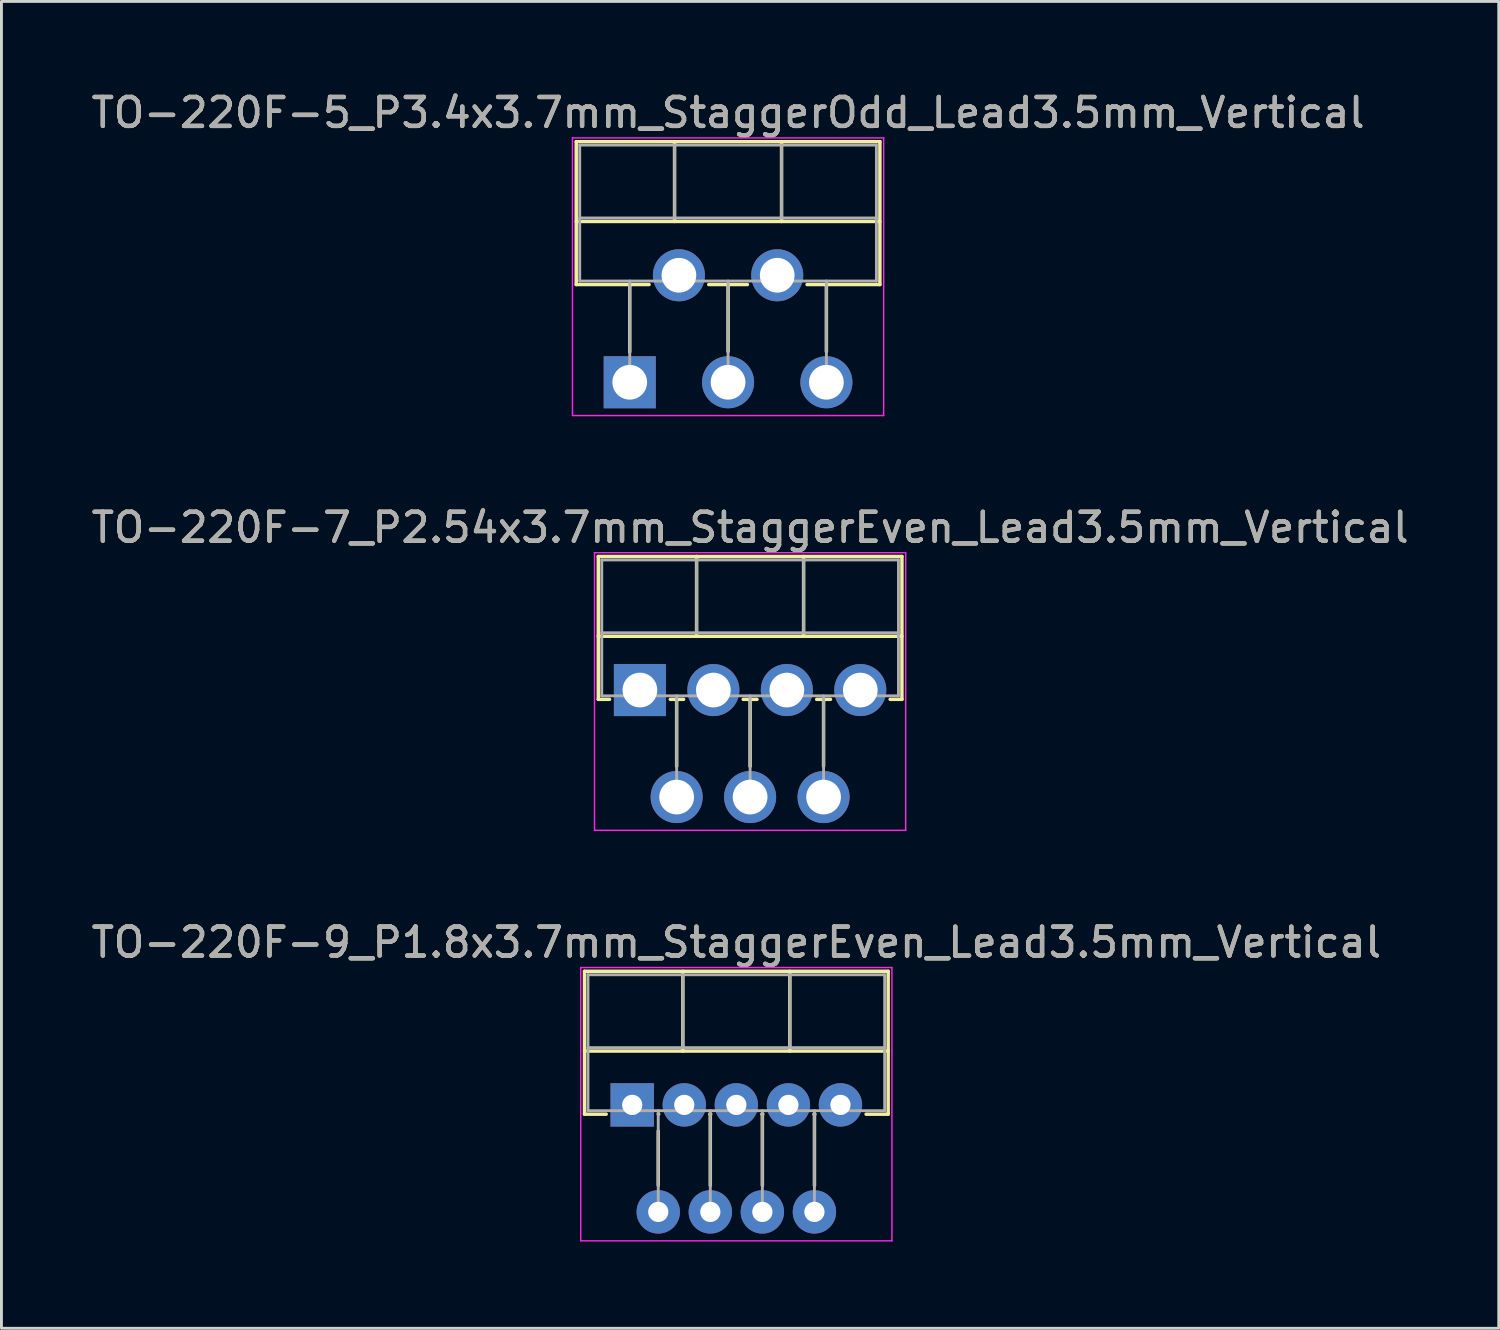
<source format=kicad_pcb>
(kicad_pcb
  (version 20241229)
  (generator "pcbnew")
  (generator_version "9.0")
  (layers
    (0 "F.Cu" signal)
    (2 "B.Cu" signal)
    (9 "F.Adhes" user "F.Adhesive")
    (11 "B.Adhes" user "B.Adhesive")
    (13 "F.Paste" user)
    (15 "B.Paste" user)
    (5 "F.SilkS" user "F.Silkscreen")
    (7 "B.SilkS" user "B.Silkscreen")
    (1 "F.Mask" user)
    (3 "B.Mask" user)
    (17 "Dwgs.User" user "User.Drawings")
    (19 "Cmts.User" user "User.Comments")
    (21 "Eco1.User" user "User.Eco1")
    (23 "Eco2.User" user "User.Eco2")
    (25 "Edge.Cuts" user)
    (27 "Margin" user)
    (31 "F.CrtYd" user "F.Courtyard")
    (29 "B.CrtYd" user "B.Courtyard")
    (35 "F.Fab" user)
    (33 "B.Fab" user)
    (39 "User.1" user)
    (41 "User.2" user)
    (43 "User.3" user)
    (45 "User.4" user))
  (footprint "TO-220F-7_P2.54x3.7mm_StaggerEven_Lead3.5mm_Vertical"
    (layer "F.Cu")
    (at 19.077 20.811)
    (property "Reference" "TO-220F-7_P2.54x3.7mm_StaggerEven_Lead3.5mm_Vertical" (at 3.81 -5.62 0) (layer "F.SilkS") (effects (font (size 1 1) (thickness 0.15))))
    (attr through_hole)
    (fp_line (start -1.44 -4.62) (end -1.44 0.321) (stroke (width 0.12) (type solid)) (layer "F.SilkS"))
    (fp_line (start -1.44 -4.62) (end 9.06 -4.62) (stroke (width 0.12) (type solid)) (layer "F.SilkS"))
    (fp_line (start -1.44 -1.861) (end 9.06 -1.861) (stroke (width 0.12) (type solid)) (layer "F.SilkS"))
    (fp_line (start -1.44 0.321) (end -1.05 0.321) (stroke (width 0.12) (type solid)) (layer "F.SilkS"))
    (fp_line (start 1.05 0.321) (end 1.509 0.321) (stroke (width 0.12) (type solid)) (layer "F.SilkS"))
    (fp_line (start 1.27 0.321) (end 1.27 2.635) (stroke (width 0.12) (type solid)) (layer "F.SilkS"))
    (fp_line (start 1.96 -4.62) (end 1.96 -1.861) (stroke (width 0.12) (type solid)) (layer "F.SilkS"))
    (fp_line (start 3.572 0.321) (end 4.049 0.321) (stroke (width 0.12) (type solid)) (layer "F.SilkS"))
    (fp_line (start 3.81 0.321) (end 3.81 2.635) (stroke (width 0.12) (type solid)) (layer "F.SilkS"))
    (fp_line (start 5.66 -4.62) (end 5.66 -1.861) (stroke (width 0.12) (type solid)) (layer "F.SilkS"))
    (fp_line (start 6.112 0.321) (end 6.589 0.321) (stroke (width 0.12) (type solid)) (layer "F.SilkS"))
    (fp_line (start 6.35 0.321) (end 6.35 2.635) (stroke (width 0.12) (type solid)) (layer "F.SilkS"))
    (fp_line (start 8.652 0.321) (end 9.06 0.321) (stroke (width 0.12) (type solid)) (layer "F.SilkS"))
    (fp_line (start 9.06 -4.62) (end 9.06 0.321) (stroke (width 0.12) (type solid)) (layer "F.SilkS"))
    (fp_line (start -1.57 -4.75) (end -1.57 4.85) (stroke (width 0.05) (type solid)) (layer "F.CrtYd"))
    (fp_line (start -1.57 4.85) (end 9.19 4.85) (stroke (width 0.05) (type solid)) (layer "F.CrtYd"))
    (fp_line (start 9.19 -4.75) (end -1.57 -4.75) (stroke (width 0.05) (type solid)) (layer "F.CrtYd"))
    (fp_line (start 9.19 4.85) (end 9.19 -4.75) (stroke (width 0.05) (type solid)) (layer "F.CrtYd"))
    (fp_line (start -1.32 -4.5) (end -1.32 0.2) (stroke (width 0.1) (type solid)) (layer "F.Fab"))
    (fp_line (start -1.32 -1.98) (end 8.94 -1.98) (stroke (width 0.1) (type solid)) (layer "F.Fab"))
    (fp_line (start -1.32 0.2) (end 8.94 0.2) (stroke (width 0.1) (type solid)) (layer "F.Fab"))
    (fp_line (start 1.27 0.2) (end 1.27 3.7) (stroke (width 0.1) (type solid)) (layer "F.Fab"))
    (fp_line (start 1.96 -4.5) (end 1.96 -1.98) (stroke (width 0.1) (type solid)) (layer "F.Fab"))
    (fp_line (start 3.81 0.2) (end 3.81 3.7) (stroke (width 0.1) (type solid)) (layer "F.Fab"))
    (fp_line (start 5.66 -4.5) (end 5.66 -1.98) (stroke (width 0.1) (type solid)) (layer "F.Fab"))
    (fp_line (start 6.35 0.2) (end 6.35 3.7) (stroke (width 0.1) (type solid)) (layer "F.Fab"))
    (fp_line (start 8.94 -4.5) (end -1.32 -4.5) (stroke (width 0.1) (type solid)) (layer "F.Fab"))
    (fp_line (start 8.94 0.2) (end 8.94 -4.5) (stroke (width 0.1) (type solid)) (layer "F.Fab"))
    (fp_text user "${REFERENCE}" (at 3.81 -5.62 0) (layer "F.Fab") (effects (font (size 1 1) (thickness 0.15))))
    (pad "1" thru_hole rect (at 0 0) (size 1.8 1.8) (drill 1.2) (layers "*.Cu" "*.Mask"))
    (pad "2" thru_hole oval (at 1.27 3.7) (size 1.8 1.8) (drill 1.2) (layers "*.Cu" "*.Mask"))
    (pad "3" thru_hole oval (at 2.54 0) (size 1.8 1.8) (drill 1.2) (layers "*.Cu" "*.Mask"))
    (pad "4" thru_hole oval (at 3.81 3.7) (size 1.8 1.8) (drill 1.2) (layers "*.Cu" "*.Mask"))
    (pad "5" thru_hole oval (at 5.08 0) (size 1.8 1.8) (drill 1.2) (layers "*.Cu" "*.Mask"))
    (pad "6" thru_hole oval (at 6.35 3.7) (size 1.8 1.8) (drill 1.2) (layers "*.Cu" "*.Mask"))
    (pad "7" thru_hole oval (at 7.62 0) (size 1.8 1.8) (drill 1.2) (layers "*.Cu" "*.Mask")))
  (footprint "TO-220F-9_P1.8x3.7mm_StaggerEven_Lead3.5mm_Vertical"
    (layer "F.Cu")
    (at 18.811 35.155)
    (property "Reference" "TO-220F-9_P1.8x3.7mm_StaggerEven_Lead3.5mm_Vertical" (at 3.6 -5.62 0) (layer "F.SilkS") (effects (font (size 1 1) (thickness 0.15))))
    (attr through_hole)
    (fp_line (start -1.65 -4.62) (end -1.65 0.321) (stroke (width 0.12) (type solid)) (layer "F.SilkS"))
    (fp_line (start -1.65 -4.62) (end 8.85 -4.62) (stroke (width 0.12) (type solid)) (layer "F.SilkS"))
    (fp_line (start -1.65 -1.861) (end 8.85 -1.861) (stroke (width 0.12) (type solid)) (layer "F.SilkS"))
    (fp_line (start -1.65 0.321) (end -0.9 0.321) (stroke (width 0.12) (type solid)) (layer "F.SilkS"))
    (fp_line (start 0.9 0.321) (end 0.914 0.321) (stroke (width 0.12) (type solid)) (layer "F.SilkS"))
    (fp_line (start 0.9 0.9) (end 0.9 2.785) (stroke (width 0.12) (type solid)) (layer "F.SilkS"))
    (fp_line (start 1.75 -4.62) (end 1.75 -1.861) (stroke (width 0.12) (type solid)) (layer "F.SilkS"))
    (fp_line (start 2.687 0.321) (end 2.714 0.321) (stroke (width 0.12) (type solid)) (layer "F.SilkS"))
    (fp_line (start 2.7 0.321) (end 2.7 2.785) (stroke (width 0.12) (type solid)) (layer "F.SilkS"))
    (fp_line (start 4.487 0.321) (end 4.514 0.321) (stroke (width 0.12) (type solid)) (layer "F.SilkS"))
    (fp_line (start 4.5 0.321) (end 4.5 2.785) (stroke (width 0.12) (type solid)) (layer "F.SilkS"))
    (fp_line (start 5.45 -4.62) (end 5.45 -1.861) (stroke (width 0.12) (type solid)) (layer "F.SilkS"))
    (fp_line (start 6.287 0.321) (end 6.314 0.321) (stroke (width 0.12) (type solid)) (layer "F.SilkS"))
    (fp_line (start 6.301 0.321) (end 6.301 2.785) (stroke (width 0.12) (type solid)) (layer "F.SilkS"))
    (fp_line (start 8.087 0.321) (end 8.85 0.321) (stroke (width 0.12) (type solid)) (layer "F.SilkS"))
    (fp_line (start 8.85 -4.62) (end 8.85 0.321) (stroke (width 0.12) (type solid)) (layer "F.SilkS"))
    (fp_line (start -1.78 -4.75) (end -1.78 4.7) (stroke (width 0.05) (type solid)) (layer "F.CrtYd"))
    (fp_line (start -1.78 4.7) (end 8.98 4.7) (stroke (width 0.05) (type solid)) (layer "F.CrtYd"))
    (fp_line (start 8.98 -4.75) (end -1.78 -4.75) (stroke (width 0.05) (type solid)) (layer "F.CrtYd"))
    (fp_line (start 8.98 4.7) (end 8.98 -4.75) (stroke (width 0.05) (type solid)) (layer "F.CrtYd"))
    (fp_line (start -1.53 -4.5) (end -1.53 0.2) (stroke (width 0.1) (type solid)) (layer "F.Fab"))
    (fp_line (start -1.53 -1.98) (end 8.73 -1.98) (stroke (width 0.1) (type solid)) (layer "F.Fab"))
    (fp_line (start -1.53 0.2) (end 8.73 0.2) (stroke (width 0.1) (type solid)) (layer "F.Fab"))
    (fp_line (start 0.9 0.2) (end 0.9 3.7) (stroke (width 0.1) (type solid)) (layer "F.Fab"))
    (fp_line (start 1.75 -4.5) (end 1.75 -1.98) (stroke (width 0.1) (type solid)) (layer "F.Fab"))
    (fp_line (start 2.7 0.2) (end 2.7 3.7) (stroke (width 0.1) (type solid)) (layer "F.Fab"))
    (fp_line (start 4.5 0.2) (end 4.5 3.7) (stroke (width 0.1) (type solid)) (layer "F.Fab"))
    (fp_line (start 5.45 -4.5) (end 5.45 -1.98) (stroke (width 0.1) (type solid)) (layer "F.Fab"))
    (fp_line (start 6.3 0.2) (end 6.3 3.7) (stroke (width 0.1) (type solid)) (layer "F.Fab"))
    (fp_line (start 8.73 -4.5) (end -1.53 -4.5) (stroke (width 0.1) (type solid)) (layer "F.Fab"))
    (fp_line (start 8.73 0.2) (end 8.73 -4.5) (stroke (width 0.1) (type solid)) (layer "F.Fab"))
    (fp_text user "${REFERENCE}" (at 3.6 -5.62 0) (layer "F.Fab") (effects (font (size 1 1) (thickness 0.15))))
    (pad "1" thru_hole rect (at 0 0) (size 1.5 1.5) (drill 0.7) (layers "*.Cu" "*.Mask"))
    (pad "2" thru_hole oval (at 0.9 3.7) (size 1.5 1.5) (drill 0.7) (layers "*.Cu" "*.Mask"))
    (pad "3" thru_hole oval (at 1.8 0) (size 1.5 1.5) (drill 0.7) (layers "*.Cu" "*.Mask"))
    (pad "4" thru_hole oval (at 2.7 3.7) (size 1.5 1.5) (drill 0.7) (layers "*.Cu" "*.Mask"))
    (pad "5" thru_hole oval (at 3.6 0) (size 1.5 1.5) (drill 0.7) (layers "*.Cu" "*.Mask"))
    (pad "6" thru_hole oval (at 4.5 3.7) (size 1.5 1.5) (drill 0.7) (layers "*.Cu" "*.Mask"))
    (pad "7" thru_hole oval (at 5.4 0) (size 1.5 1.5) (drill 0.7) (layers "*.Cu" "*.Mask"))
    (pad "8" thru_hole oval (at 6.3 3.7) (size 1.5 1.5) (drill 0.7) (layers "*.Cu" "*.Mask"))
    (pad "9" thru_hole oval (at 7.2 0) (size 1.5 1.5) (drill 0.7) (layers "*.Cu" "*.Mask")))
  (footprint "TO-220F-5_P3.4x3.7mm_StaggerOdd_Lead3.5mm_Vertical"
    (layer "F.Cu")
    (at 18.725 10.168)
    (property "Reference" "TO-220F-5_P3.4x3.7mm_StaggerOdd_Lead3.5mm_Vertical" (at 3.4 -9.32 0) (layer "F.SilkS") (effects (font (size 1 1) (thickness 0.15))))
    (attr through_hole)
    (fp_line (start -1.85 -8.32) (end -1.85 -3.379) (stroke (width 0.12) (type solid)) (layer "F.SilkS"))
    (fp_line (start -1.85 -8.32) (end 8.65 -8.32) (stroke (width 0.12) (type solid)) (layer "F.SilkS"))
    (fp_line (start -1.85 -5.561) (end 8.65 -5.561) (stroke (width 0.12) (type solid)) (layer "F.SilkS"))
    (fp_line (start -1.85 -3.379) (end 0.669 -3.379) (stroke (width 0.12) (type solid)) (layer "F.SilkS"))
    (fp_line (start 0 -3.379) (end 0 -1.049) (stroke (width 0.12) (type solid)) (layer "F.SilkS"))
    (fp_line (start 1.55 -8.32) (end 1.55 -5.561) (stroke (width 0.12) (type solid)) (layer "F.SilkS"))
    (fp_line (start 2.732 -3.379) (end 4.069 -3.379) (stroke (width 0.12) (type solid)) (layer "F.SilkS"))
    (fp_line (start 3.4 -3.379) (end 3.4 -1.065) (stroke (width 0.12) (type solid)) (layer "F.SilkS"))
    (fp_line (start 5.25 -8.32) (end 5.25 -5.561) (stroke (width 0.12) (type solid)) (layer "F.SilkS"))
    (fp_line (start 6.132 -3.379) (end 8.65 -3.379) (stroke (width 0.12) (type solid)) (layer "F.SilkS"))
    (fp_line (start 6.8 -3.379) (end 6.8 -1.065) (stroke (width 0.12) (type solid)) (layer "F.SilkS"))
    (fp_line (start 8.65 -8.32) (end 8.65 -3.379) (stroke (width 0.12) (type solid)) (layer "F.SilkS"))
    (fp_line (start -1.98 -8.45) (end -1.98 1.15) (stroke (width 0.05) (type solid)) (layer "F.CrtYd"))
    (fp_line (start -1.98 1.15) (end 8.78 1.15) (stroke (width 0.05) (type solid)) (layer "F.CrtYd"))
    (fp_line (start 8.78 -8.45) (end -1.98 -8.45) (stroke (width 0.05) (type solid)) (layer "F.CrtYd"))
    (fp_line (start 8.78 1.15) (end 8.78 -8.45) (stroke (width 0.05) (type solid)) (layer "F.CrtYd"))
    (fp_line (start -1.73 -8.2) (end -1.73 -3.5) (stroke (width 0.1) (type solid)) (layer "F.Fab"))
    (fp_line (start -1.73 -5.68) (end 8.53 -5.68) (stroke (width 0.1) (type solid)) (layer "F.Fab"))
    (fp_line (start -1.73 -3.5) (end 8.53 -3.5) (stroke (width 0.1) (type solid)) (layer "F.Fab"))
    (fp_line (start 0 -3.5) (end 0 0) (stroke (width 0.1) (type solid)) (layer "F.Fab"))
    (fp_line (start 1.55 -8.2) (end 1.55 -5.68) (stroke (width 0.1) (type solid)) (layer "F.Fab"))
    (fp_line (start 3.4 -3.5) (end 3.4 0) (stroke (width 0.1) (type solid)) (layer "F.Fab"))
    (fp_line (start 5.25 -8.2) (end 5.25 -5.68) (stroke (width 0.1) (type solid)) (layer "F.Fab"))
    (fp_line (start 6.8 -3.5) (end 6.8 0) (stroke (width 0.1) (type solid)) (layer "F.Fab"))
    (fp_line (start 8.53 -8.2) (end -1.73 -8.2) (stroke (width 0.1) (type solid)) (layer "F.Fab"))
    (fp_line (start 8.53 -3.5) (end 8.53 -8.2) (stroke (width 0.1) (type solid)) (layer "F.Fab"))
    (fp_text user "${REFERENCE}" (at 3.4 -9.32 0) (layer "F.Fab") (effects (font (size 1 1) (thickness 0.15))))
    (pad "1" thru_hole rect (at 0 0) (size 1.8 1.8) (drill 1.2) (layers "*.Cu" "*.Mask"))
    (pad "2" thru_hole oval (at 1.7 -3.7) (size 1.8 1.8) (drill 1.2) (layers "*.Cu" "*.Mask"))
    (pad "3" thru_hole oval (at 3.4 0) (size 1.8 1.8) (drill 1.2) (layers "*.Cu" "*.Mask"))
    (pad "4" thru_hole oval (at 5.1 -3.7) (size 1.8 1.8) (drill 1.2) (layers "*.Cu" "*.Mask"))
    (pad "5" thru_hole oval (at 6.8 0) (size 1.8 1.8) (drill 1.2) (layers "*.Cu" "*.Mask")))
  (gr_rect
    (start -3 -3)
    (end 48.774 42.88)
    (stroke (width 0.1) (type default))
    (fill no)
    (layer "Edge.Cuts")))
</source>
